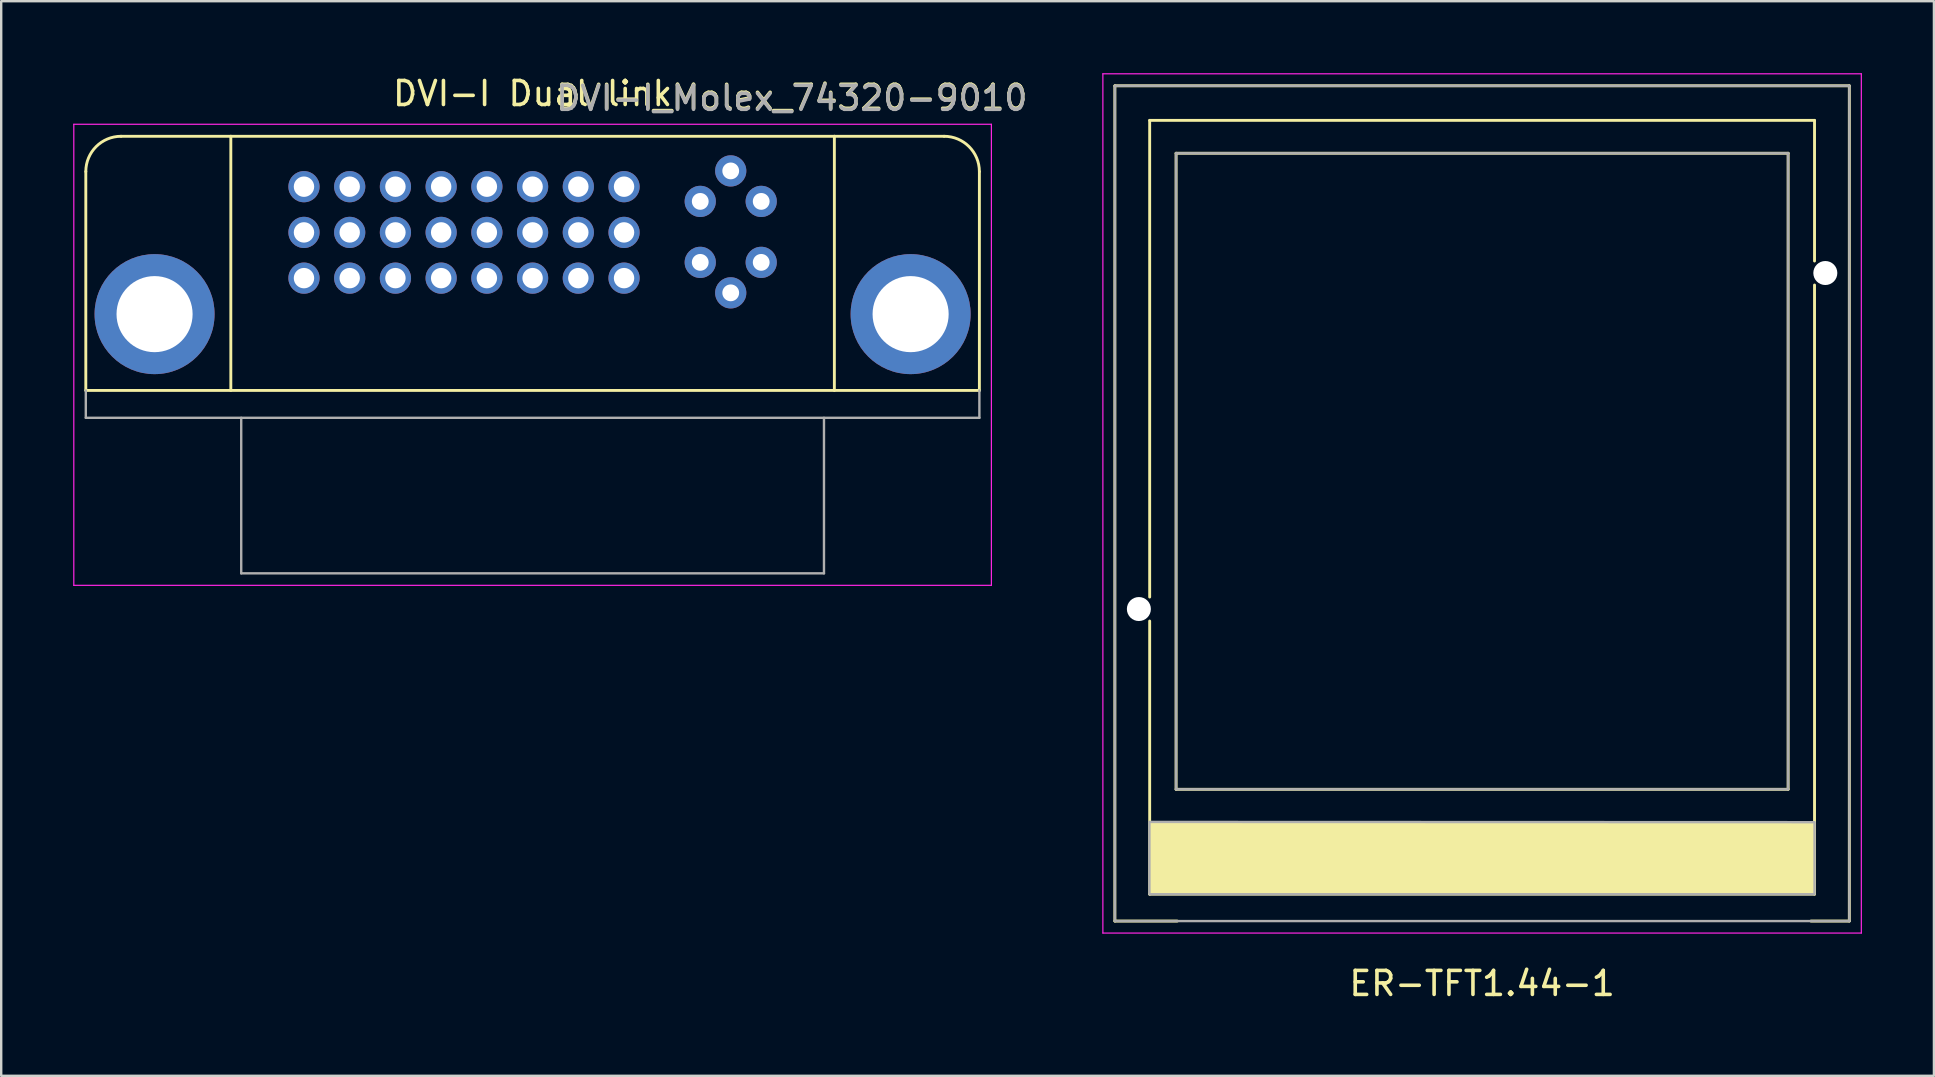
<source format=kicad_pcb>
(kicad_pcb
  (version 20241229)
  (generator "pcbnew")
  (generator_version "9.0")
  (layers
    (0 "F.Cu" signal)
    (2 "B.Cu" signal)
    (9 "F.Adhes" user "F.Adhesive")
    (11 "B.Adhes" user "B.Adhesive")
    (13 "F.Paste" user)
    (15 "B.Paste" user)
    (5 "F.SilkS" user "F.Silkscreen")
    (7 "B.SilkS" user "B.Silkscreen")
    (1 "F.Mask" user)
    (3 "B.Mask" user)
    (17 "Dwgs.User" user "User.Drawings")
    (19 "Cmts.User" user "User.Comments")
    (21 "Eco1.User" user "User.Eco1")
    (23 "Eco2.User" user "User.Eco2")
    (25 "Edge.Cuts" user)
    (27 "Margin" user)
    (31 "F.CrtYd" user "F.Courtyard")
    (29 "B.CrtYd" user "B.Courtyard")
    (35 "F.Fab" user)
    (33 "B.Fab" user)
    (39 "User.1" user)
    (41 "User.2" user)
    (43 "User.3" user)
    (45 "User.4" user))
  (footprint "ER-TFT1.44-1"
    (layer "F.Cu")
    (at 58.7 17.925)
    (property "Reference" "ER-TFT1.44-1" (at 0 20 0) (layer "F.SilkS") (effects (font (size 1 1) (thickness 0.15))))
    (attr through_hole)
    (fp_line (start -15.3 -17.4) (end 15.3 -17.4) (stroke (width 0.12) (type solid)) (layer "F.SilkS"))
    (fp_line (start -15.3 17.4) (end -15.3 -17.4) (stroke (width 0.12) (type solid)) (layer "F.SilkS"))
    (fp_line (start -15.3 17.4) (end -12.7 17.4) (stroke (width 0.12) (type solid)) (layer "F.SilkS"))
    (fp_line (start -13.85 3.9) (end -13.85 -15.96) (stroke (width 0.12) (type solid)) (layer "F.SilkS"))
    (fp_line (start -13.85 4.9) (end -13.85 16.28) (stroke (width 0.12) (type default)) (layer "F.SilkS"))
    (fp_line (start -12.75 11.91) (end -12.75 -14.59) (stroke (width 0.12) (type solid)) (layer "F.SilkS"))
    (fp_line (start 12.75 -14.59) (end -12.75 -14.59) (stroke (width 0.12) (type solid)) (layer "F.SilkS"))
    (fp_line (start 12.75 -14.59) (end 12.75 11.91) (stroke (width 0.12) (type solid)) (layer "F.SilkS"))
    (fp_line (start 12.75 11.91) (end -12.75 11.91) (stroke (width 0.12) (type solid)) (layer "F.SilkS"))
    (fp_line (start 13.7 17.4) (end 15.3 17.4) (stroke (width 0.12) (type solid)) (layer "F.SilkS"))
    (fp_line (start 13.85 -15.96) (end -13.85 -15.96) (stroke (width 0.12) (type solid)) (layer "F.SilkS"))
    (fp_line (start 13.85 -10.1) (end 13.85 -15.96) (stroke (width 0.12) (type solid)) (layer "F.SilkS"))
    (fp_line (start 13.85 16.28) (end -13.85 16.28) (stroke (width 0.12) (type solid)) (layer "F.SilkS"))
    (fp_line (start 13.85 16.28) (end 13.85 -9.1) (stroke (width 0.12) (type solid)) (layer "F.SilkS"))
    (fp_line (start 15.3 17.4) (end 15.3 -17.4) (stroke (width 0.12) (type solid)) (layer "F.SilkS"))
    (fp_poly (pts (xy -13.86 13.27) (xy 13.85 13.28) (xy 13.85 16.28) (xy -13.86 16.28)) (stroke (width 0) (type solid)) (fill yes) (layer "F.SilkS"))
    (fp_line (start -15.8 -17.9) (end 15.8 -17.9) (stroke (width 0.05) (type solid)) (layer "F.CrtYd"))
    (fp_line (start -15.8 17.9) (end -15.8 -17.9) (stroke (width 0.05) (type solid)) (layer "F.CrtYd"))
    (fp_line (start -15.8 17.9) (end 15.8 17.9) (stroke (width 0.05) (type solid)) (layer "F.CrtYd"))
    (fp_line (start 15.8 17.9) (end 15.8 -17.9) (stroke (width 0.05) (type solid)) (layer "F.CrtYd"))
    (fp_line (start -15.3 -17.4) (end 15.3 -17.4) (stroke (width 0.1) (type solid)) (layer "F.Fab"))
    (fp_line (start -15.3 17.4) (end -15.3 -17.4) (stroke (width 0.1) (type solid)) (layer "F.Fab"))
    (fp_line (start -15.3 17.4) (end 15.3 17.4) (stroke (width 0.1) (type solid)) (layer "F.Fab"))
    (fp_line (start -12.75 11.91) (end -12.75 -14.59) (stroke (width 0.1) (type solid)) (layer "F.Fab"))
    (fp_line (start 12.75 -14.59) (end -12.75 -14.59) (stroke (width 0.1) (type solid)) (layer "F.Fab"))
    (fp_line (start 12.75 -14.59) (end 12.75 11.91) (stroke (width 0.1) (type solid)) (layer "F.Fab"))
    (fp_line (start 12.75 11.91) (end -12.75 11.91) (stroke (width 0.1) (type solid)) (layer "F.Fab"))
    (fp_line (start 15.3 17.4) (end 15.3 -17.4) (stroke (width 0.1) (type solid)) (layer "F.Fab"))
    (fp_poly (pts (xy -13.86 13.27) (xy 13.85 13.28) (xy 13.85 16.28) (xy -13.86 16.28)) (stroke (width 0.1) (type solid)) (fill no) (layer "F.Fab"))
    (pad "" np_thru_hole circle (at -14.3 4.4) (size 1 1) (drill 1) (layers "*.Cu" "*.Mask"))
    (pad "" np_thru_hole circle (at 14.3 -9.6) (size 1 1) (drill 1) (layers "*.Cu" "*.Mask")))
  (footprint "DVI-I_Molex_74320-9010"
    (layer "F.Cu")
    (at 19.14 13.218)
    (property "Reference" "DVI-I_Molex_74320-9010" (at 10.8 -12.21 0) (layer "F.SilkS") (effects (font (size 1 1) (thickness 0.15))))
    (attr through_hole)
    (fp_line (start -18.615 -9.12) (end -18.615 0) (stroke (width 0.12) (type solid)) (layer "F.SilkS"))
    (fp_line (start -18.615 0) (end 18.615 0) (stroke (width 0.12) (type solid)) (layer "F.SilkS"))
    (fp_line (start -17.145 -10.59) (end -12.573 -10.59) (stroke (width 0.12) (type solid)) (layer "F.SilkS"))
    (fp_line (start -12.573 -10.59) (end -12.573 0) (stroke (width 0.12) (type solid)) (layer "F.SilkS"))
    (fp_line (start -12.573 -10.59) (end 12.573 -10.59) (stroke (width 0.12) (type solid)) (layer "F.SilkS"))
    (fp_line (start 12.573 -10.59) (end 12.573 0) (stroke (width 0.12) (type solid)) (layer "F.SilkS"))
    (fp_line (start 12.573 -10.59) (end 17.145 -10.59) (stroke (width 0.12) (type solid)) (layer "F.SilkS"))
    (fp_line (start 18.615 -9.12) (end 18.615 0) (stroke (width 0.12) (type solid)) (layer "F.SilkS"))
    (fp_arc (start -18.615 -9.12) (mid -18.184447 -10.159447) (end -17.145 -10.59) (stroke (width 0.12) (type solid)) (layer "F.SilkS"))
    (fp_arc (start 17.145 -10.59) (mid 18.184447 -10.159447) (end 18.615 -9.12) (stroke (width 0.12) (type solid)) (layer "F.SilkS"))
    (fp_line (start -19.115 -11.09) (end 19.115 -11.09) (stroke (width 0.05) (type solid)) (layer "F.CrtYd"))
    (fp_line (start -19.115 8.12) (end -19.115 -11.09) (stroke (width 0.05) (type solid)) (layer "F.CrtYd"))
    (fp_line (start 19.115 -11.09) (end 19.115 8.12) (stroke (width 0.05) (type solid)) (layer "F.CrtYd"))
    (fp_line (start 19.115 8.12) (end -19.115 8.12) (stroke (width 0.05) (type solid)) (layer "F.CrtYd"))
    (fp_line (start -18.615 0) (end -18.615 1.14) (stroke (width 0.1) (type solid)) (layer "F.Fab"))
    (fp_line (start -18.615 1.14) (end 18.615 1.14) (stroke (width 0.1) (type solid)) (layer "F.Fab"))
    (fp_line (start -12.14 7.62) (end -12.14 1.14) (stroke (width 0.1) (type solid)) (layer "F.Fab"))
    (fp_line (start -12.14 7.62) (end 12.14 7.62) (stroke (width 0.1) (type solid)) (layer "F.Fab"))
    (fp_line (start 12.14 7.62) (end 12.14 1.14) (stroke (width 0.1) (type solid)) (layer "F.Fab"))
    (fp_line (start 18.615 1.14) (end 18.615 0) (stroke (width 0.1) (type solid)) (layer "F.Fab"))
    (fp_text user "DVI-I Dual link" (at 0 -12.37 0) (layer "F.SilkS") (effects (font (size 1 1) (thickness 0.15))))
    (fp_text user "${REFERENCE}" (at 10.8 -12.17 0) (layer "F.Fab") (effects (font (size 1 1) (thickness 0.15))))
    (pad "1" thru_hole circle (at -9.525 -8.49) (size 1.3 1.3) (drill 0.85) (layers "*.Cu" "*.Mask"))
    (pad "2" thru_hole circle (at -7.62 -8.49) (size 1.3 1.3) (drill 0.85) (layers "*.Cu" "*.Mask"))
    (pad "3" thru_hole circle (at -5.715 -8.49) (size 1.3 1.3) (drill 0.85) (layers "*.Cu" "*.Mask"))
    (pad "4" thru_hole circle (at -3.81 -8.49) (size 1.3 1.3) (drill 0.85) (layers "*.Cu" "*.Mask"))
    (pad "5" thru_hole circle (at -1.905 -8.49) (size 1.3 1.3) (drill 0.85) (layers "*.Cu" "*.Mask"))
    (pad "6" thru_hole circle (at 0 -8.49) (size 1.3 1.3) (drill 0.85) (layers "*.Cu" "*.Mask"))
    (pad "7" thru_hole circle (at 1.905 -8.49) (size 1.3 1.3) (drill 0.85) (layers "*.Cu" "*.Mask"))
    (pad "8" thru_hole circle (at 3.81 -8.49) (size 1.3 1.3) (drill 0.85) (layers "*.Cu" "*.Mask"))
    (pad "9" thru_hole circle (at -9.525 -6.585) (size 1.3 1.3) (drill 0.85) (layers "*.Cu" "*.Mask"))
    (pad "10" thru_hole circle (at -7.62 -6.585) (size 1.3 1.3) (drill 0.85) (layers "*.Cu" "*.Mask"))
    (pad "11" thru_hole circle (at -5.715 -6.585) (size 1.3 1.3) (drill 0.85) (layers "*.Cu" "*.Mask"))
    (pad "12" thru_hole circle (at -3.81 -6.585) (size 1.3 1.3) (drill 0.85) (layers "*.Cu" "*.Mask"))
    (pad "13" thru_hole circle (at -1.905 -6.585) (size 1.3 1.3) (drill 0.85) (layers "*.Cu" "*.Mask"))
    (pad "14" thru_hole circle (at 0 -6.585) (size 1.3 1.3) (drill 0.85) (layers "*.Cu" "*.Mask"))
    (pad "15" thru_hole circle (at 1.905 -6.585) (size 1.3 1.3) (drill 0.85) (layers "*.Cu" "*.Mask"))
    (pad "16" thru_hole circle (at 3.81 -6.585) (size 1.3 1.3) (drill 0.85) (layers "*.Cu" "*.Mask"))
    (pad "17" thru_hole circle (at -9.525 -4.68) (size 1.3 1.3) (drill 0.85) (layers "*.Cu" "*.Mask"))
    (pad "18" thru_hole circle (at -7.62 -4.68) (size 1.3 1.3) (drill 0.85) (layers "*.Cu" "*.Mask"))
    (pad "19" thru_hole circle (at -5.715 -4.68) (size 1.3 1.3) (drill 0.85) (layers "*.Cu" "*.Mask"))
    (pad "20" thru_hole circle (at -3.81 -4.68) (size 1.3 1.3) (drill 0.85) (layers "*.Cu" "*.Mask"))
    (pad "21" thru_hole circle (at -1.905 -4.68) (size 1.3 1.3) (drill 0.85) (layers "*.Cu" "*.Mask"))
    (pad "22" thru_hole circle (at 0 -4.68) (size 1.3 1.3) (drill 0.85) (layers "*.Cu" "*.Mask"))
    (pad "23" thru_hole circle (at 1.905 -4.68) (size 1.3 1.3) (drill 0.85) (layers "*.Cu" "*.Mask"))
    (pad "24" thru_hole circle (at 3.81 -4.68) (size 1.3 1.3) (drill 0.85) (layers "*.Cu" "*.Mask"))
    (pad "C1" thru_hole circle (at 6.985 -7.877) (size 1.3 1.3) (drill 0.7) (layers "*.Cu" "*.Mask"))
    (pad "C2" thru_hole circle (at 9.525 -7.877) (size 1.3 1.3) (drill 0.7) (layers "*.Cu" "*.Mask"))
    (pad "C3" thru_hole circle (at 6.985 -5.337) (size 1.3 1.3) (drill 0.7) (layers "*.Cu" "*.Mask"))
    (pad "C4" thru_hole circle (at 9.525 -5.337) (size 1.3 1.3) (drill 0.7) (layers "*.Cu" "*.Mask"))
    (pad "C5" thru_hole circle (at 8.255 -9.147) (size 1.3 1.3) (drill 0.7) (layers "*.Cu" "*.Mask"))
    (pad "C5" thru_hole circle (at 8.255 -4.067) (size 1.3 1.3) (drill 0.7) (layers "*.Cu" "*.Mask"))
    (pad "SH" thru_hole circle (at -15.75 -3.18) (size 5 5) (drill 3.17) (layers "*.Cu" "*.Mask"))
    (pad "SH" thru_hole circle (at 15.75 -3.18) (size 5 5) (drill 3.17) (layers "*.Cu" "*.Mask")))
  (gr_rect
    (start -3 -3)
    (end 77.525 41.773)
    (stroke (width 0.1) (type default))
    (fill no)
    (layer "Edge.Cuts")))
</source>
